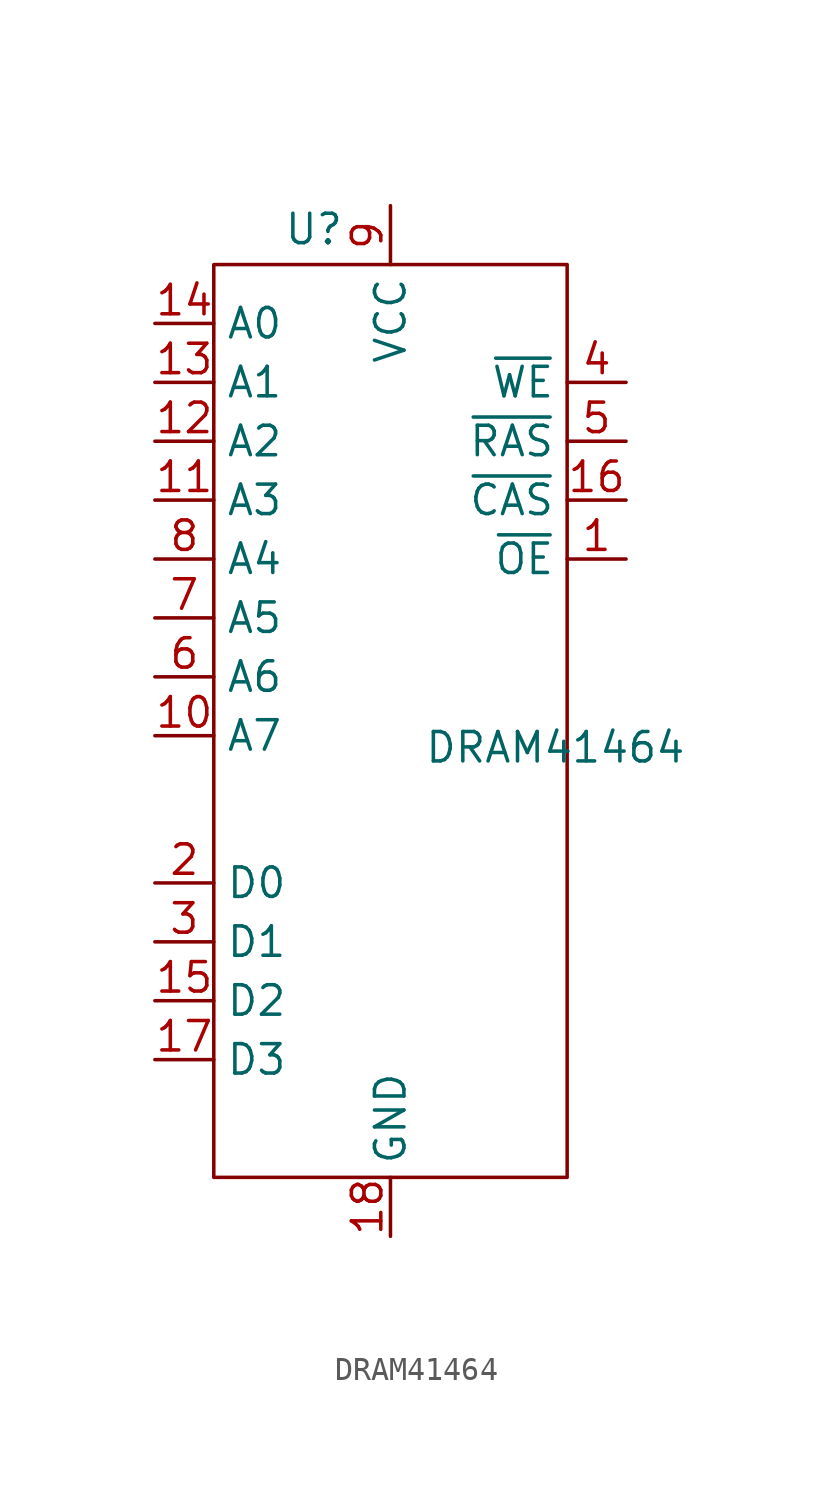
<source format=kicad_sym>
(kicad_symbol_lib
  (version 20241209)
  (generator "kicad_symbol_editor")
  (generator_version "9.0")
  (symbol "DRAM41464"
    (property "Reference" "U"
      (at -3.302 26.924 0)
      (effects (font (size 1.27 1.27))))
    (property "Value" "DRAM41464"
      (at 7.112 4.572 0)
      (effects (font (size 1.27 1.27))))
    (symbol "DRAM41464_0_1"
      (rectangle (start -7.62 25.4) (end 7.62 -13.97) (stroke (width 0) (type default)) (fill (type none))))
    (symbol "DRAM41464_1_1"
      (pin input line (at -10.16 22.86 0) (length 2.54) (name "A0" (effects (font (size 1.27 1.27)))) (number "14" (effects (font (size 1.27 1.27)))))
      (pin input line (at -10.16 20.32 0) (length 2.54) (name "A1" (effects (font (size 1.27 1.27)))) (number "13" (effects (font (size 1.27 1.27)))))
      (pin input line (at -10.16 17.78 0) (length 2.54) (name "A2" (effects (font (size 1.27 1.27)))) (number "12" (effects (font (size 1.27 1.27)))))
      (pin input line (at -10.16 15.24 0) (length 2.54) (name "A3" (effects (font (size 1.27 1.27)))) (number "11" (effects (font (size 1.27 1.27)))))
      (pin input line (at -10.16 12.7 0) (length 2.54) (name "A4" (effects (font (size 1.27 1.27)))) (number "8" (effects (font (size 1.27 1.27)))))
      (pin input line (at -10.16 10.16 0) (length 2.54) (name "A5" (effects (font (size 1.27 1.27)))) (number "7" (effects (font (size 1.27 1.27)))))
      (pin input line (at -10.16 7.62 0) (length 2.54) (name "A6" (effects (font (size 1.27 1.27)))) (number "6" (effects (font (size 1.27 1.27)))))
      (pin input line (at -10.16 5.08 0) (length 2.54) (name "A7" (effects (font (size 1.27 1.27)))) (number "10" (effects (font (size 1.27 1.27)))))
      (pin bidirectional line (at -10.16 -1.27 0) (length 2.54) (name "D0" (effects (font (size 1.27 1.27)))) (number "2" (effects (font (size 1.27 1.27)))))
      (pin bidirectional line (at -10.16 -3.81 0) (length 2.54) (name "D1" (effects (font (size 1.27 1.27)))) (number "3" (effects (font (size 1.27 1.27)))))
      (pin bidirectional line (at -10.16 -6.35 0) (length 2.54) (name "D2" (effects (font (size 1.27 1.27)))) (number "15" (effects (font (size 1.27 1.27)))))
      (pin bidirectional line (at -10.16 -8.89 0) (length 2.54) (name "D3" (effects (font (size 1.27 1.27)))) (number "17" (effects (font (size 1.27 1.27)))))
      (pin power_in line (at 0 27.94 270) (length 2.54) (name "VCC" (effects (font (size 1.27 1.27)))) (number "9" (effects (font (size 1.27 1.27)))))
      (pin power_in line (at 0 -16.51 90) (length 2.54) (name "GND" (effects (font (size 1.27 1.27)))) (number "18" (effects (font (size 1.27 1.27)))))
      (pin input line (at 10.16 20.32 180) (length 2.54) (name "~{WE}" (effects (font (size 1.27 1.27)))) (number "4" (effects (font (size 1.27 1.27)))))
      (pin input line (at 10.16 17.78 180) (length 2.54) (name "~{RAS}" (effects (font (size 1.27 1.27)))) (number "5" (effects (font (size 1.27 1.27)))))
      (pin input line (at 10.16 15.24 180) (length 2.54) (name "~{CAS}" (effects (font (size 1.27 1.27)))) (number "16" (effects (font (size 1.27 1.27)))))
      (pin input line (at 10.16 12.7 180) (length 2.54) (name "~{OE}" (effects (font (size 1.27 1.27)))) (number "1" (effects (font (size 1.27 1.27))))))))
</source>
